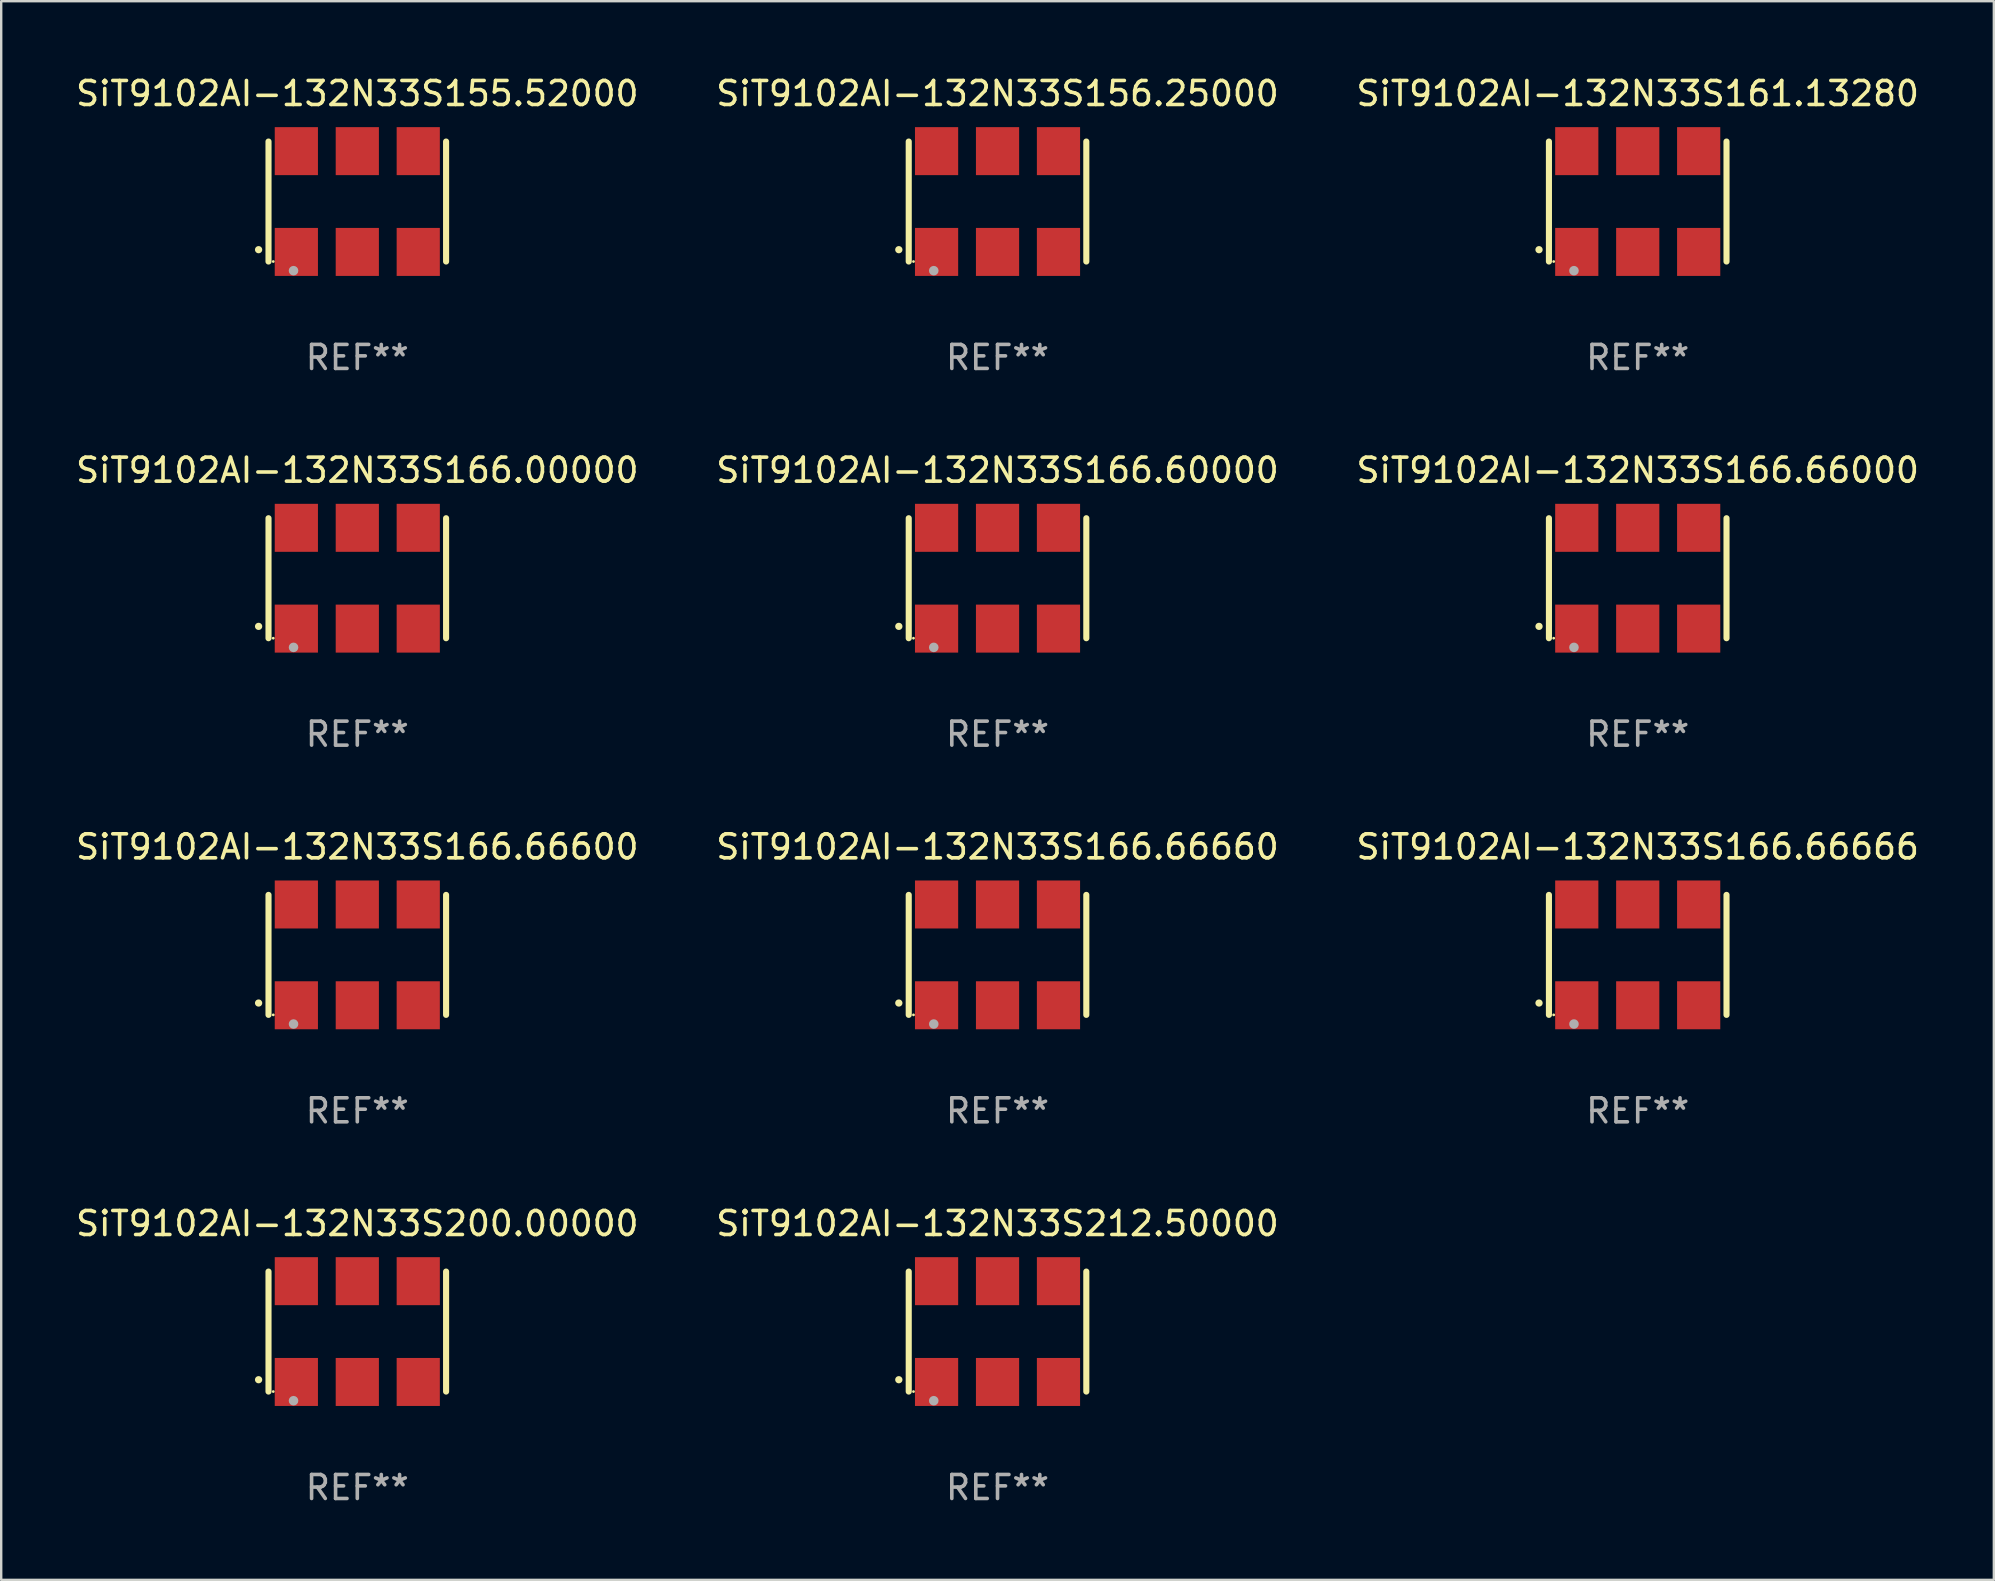
<source format=kicad_pcb>
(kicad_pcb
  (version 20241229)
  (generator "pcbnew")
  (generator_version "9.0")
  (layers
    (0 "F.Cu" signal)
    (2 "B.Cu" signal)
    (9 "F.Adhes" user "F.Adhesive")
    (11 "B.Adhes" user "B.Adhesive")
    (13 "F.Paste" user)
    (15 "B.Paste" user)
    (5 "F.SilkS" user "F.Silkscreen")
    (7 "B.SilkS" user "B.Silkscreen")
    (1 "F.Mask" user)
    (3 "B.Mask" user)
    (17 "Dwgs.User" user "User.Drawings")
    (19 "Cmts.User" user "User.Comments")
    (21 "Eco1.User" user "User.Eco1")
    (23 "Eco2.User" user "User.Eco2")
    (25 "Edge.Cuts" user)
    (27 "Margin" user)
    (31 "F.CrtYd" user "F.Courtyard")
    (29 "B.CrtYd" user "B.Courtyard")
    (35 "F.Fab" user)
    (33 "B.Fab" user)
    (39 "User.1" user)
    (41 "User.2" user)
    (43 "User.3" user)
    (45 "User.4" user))
  (footprint "SiT9102AI-132N33S156.25000"
    (layer "F.Cu")
    (at 38.518 5.348)
    (property "Reference" "SiT9102AI-132N33S156.25000" (at 0 -4.5 0) (layer "F.SilkS") (effects (font (size 1 1) (thickness 0.15))))
    (attr through_hole)
    (fp_line (start -3.7 -2.5) (end -3.7 2.5) (stroke (width 0.254) (type solid)) (layer "F.SilkS"))
    (fp_line (start 3.7 -2.5) (end 3.7 2.5) (stroke (width 0.254) (type solid)) (layer "F.SilkS"))
    (fp_arc (start -4.114415 2.006604) (mid -4.113145 2.006599) (end -4.111875 2.006604) (stroke (width 0.3) (type solid)) (layer "F.SilkS"))
    (fp_circle (center -3.502 2.5) (end -3.472 2.5) (stroke (width 0.06) (type solid)) (fill no) (layer "F.SilkS"))
    (fp_circle (center -2.657 2.882) (end -2.557 2.882) (stroke (width 0.2) (type solid)) (fill no) (layer "F.Fab"))
    (fp_text user "REF**" (at 0 6.5 0) (layer "F.Fab") (effects (font (size 1 1) (thickness 0.15))))
    (pad "1" smd rect (at -2.54 2.1) (size 1.8 2) (layers "F.Cu" "F.Mask" "F.Paste"))
    (pad "2" smd rect (at 0.000394 2.1) (size 1.8 2) (layers "F.Cu" "F.Mask" "F.Paste"))
    (pad "3" smd rect (at 2.54 2.1) (size 1.8 2) (layers "F.Cu" "F.Mask" "F.Paste"))
    (pad "4" smd rect (at 2.54 -2.1) (size 1.8 2) (layers "F.Cu" "F.Mask" "F.Paste"))
    (pad "5" smd rect (at 0.000394 -2.1) (size 1.8 2) (layers "F.Cu" "F.Mask" "F.Paste"))
    (pad "6" smd rect (at -2.54 -2.1) (size 1.8 2) (layers "F.Cu" "F.Mask" "F.Paste")))
  (footprint "SiT9102AI-132N33S161.13280"
    (layer "F.Cu")
    (at 65.196 5.348)
    (property "Reference" "SiT9102AI-132N33S161.13280" (at 0 -4.5 0) (layer "F.SilkS") (effects (font (size 1 1) (thickness 0.15))))
    (attr through_hole)
    (fp_line (start -3.7 -2.5) (end -3.7 2.5) (stroke (width 0.254) (type solid)) (layer "F.SilkS"))
    (fp_line (start 3.7 -2.5) (end 3.7 2.5) (stroke (width 0.254) (type solid)) (layer "F.SilkS"))
    (fp_arc (start -4.114415 2.006604) (mid -4.113145 2.006599) (end -4.111875 2.006604) (stroke (width 0.3) (type solid)) (layer "F.SilkS"))
    (fp_circle (center -3.502 2.5) (end -3.472 2.5) (stroke (width 0.06) (type solid)) (fill no) (layer "F.SilkS"))
    (fp_circle (center -2.657 2.882) (end -2.557 2.882) (stroke (width 0.2) (type solid)) (fill no) (layer "F.Fab"))
    (fp_text user "REF**" (at 0 6.5 0) (layer "F.Fab") (effects (font (size 1 1) (thickness 0.15))))
    (pad "1" smd rect (at -2.54 2.1) (size 1.8 2) (layers "F.Cu" "F.Mask" "F.Paste"))
    (pad "2" smd rect (at 0.000394 2.1) (size 1.8 2) (layers "F.Cu" "F.Mask" "F.Paste"))
    (pad "3" smd rect (at 2.54 2.1) (size 1.8 2) (layers "F.Cu" "F.Mask" "F.Paste"))
    (pad "4" smd rect (at 2.54 -2.1) (size 1.8 2) (layers "F.Cu" "F.Mask" "F.Paste"))
    (pad "5" smd rect (at 0.000394 -2.1) (size 1.8 2) (layers "F.Cu" "F.Mask" "F.Paste"))
    (pad "6" smd rect (at -2.54 -2.1) (size 1.8 2) (layers "F.Cu" "F.Mask" "F.Paste")))
  (footprint "SiT9102AI-132N33S166.00000"
    (layer "F.Cu")
    (at 11.839 21.045)
    (property "Reference" "SiT9102AI-132N33S166.00000" (at 0 -4.5 0) (layer "F.SilkS") (effects (font (size 1 1) (thickness 0.15))))
    (attr through_hole)
    (fp_line (start -3.7 -2.5) (end -3.7 2.5) (stroke (width 0.254) (type solid)) (layer "F.SilkS"))
    (fp_line (start 3.7 -2.5) (end 3.7 2.5) (stroke (width 0.254) (type solid)) (layer "F.SilkS"))
    (fp_arc (start -4.114415 2.006604) (mid -4.113145 2.006599) (end -4.111875 2.006604) (stroke (width 0.3) (type solid)) (layer "F.SilkS"))
    (fp_circle (center -3.502 2.5) (end -3.472 2.5) (stroke (width 0.06) (type solid)) (fill no) (layer "F.SilkS"))
    (fp_circle (center -2.657 2.882) (end -2.557 2.882) (stroke (width 0.2) (type solid)) (fill no) (layer "F.Fab"))
    (fp_text user "REF**" (at 0 6.5 0) (layer "F.Fab") (effects (font (size 1 1) (thickness 0.15))))
    (pad "1" smd rect (at -2.54 2.1) (size 1.8 2) (layers "F.Cu" "F.Mask" "F.Paste"))
    (pad "2" smd rect (at 0.000394 2.1) (size 1.8 2) (layers "F.Cu" "F.Mask" "F.Paste"))
    (pad "3" smd rect (at 2.54 2.1) (size 1.8 2) (layers "F.Cu" "F.Mask" "F.Paste"))
    (pad "4" smd rect (at 2.54 -2.1) (size 1.8 2) (layers "F.Cu" "F.Mask" "F.Paste"))
    (pad "5" smd rect (at 0.000394 -2.1) (size 1.8 2) (layers "F.Cu" "F.Mask" "F.Paste"))
    (pad "6" smd rect (at -2.54 -2.1) (size 1.8 2) (layers "F.Cu" "F.Mask" "F.Paste")))
  (footprint "SiT9102AI-132N33S212.50000"
    (layer "F.Cu")
    (at 38.518 52.438)
    (property "Reference" "SiT9102AI-132N33S212.50000" (at 0 -4.5 0) (layer "F.SilkS") (effects (font (size 1 1) (thickness 0.15))))
    (attr through_hole)
    (fp_line (start -3.7 -2.5) (end -3.7 2.5) (stroke (width 0.254) (type solid)) (layer "F.SilkS"))
    (fp_line (start 3.7 -2.5) (end 3.7 2.5) (stroke (width 0.254) (type solid)) (layer "F.SilkS"))
    (fp_arc (start -4.114415 2.006604) (mid -4.113145 2.006599) (end -4.111875 2.006604) (stroke (width 0.3) (type solid)) (layer "F.SilkS"))
    (fp_circle (center -3.502 2.5) (end -3.472 2.5) (stroke (width 0.06) (type solid)) (fill no) (layer "F.SilkS"))
    (fp_circle (center -2.657 2.882) (end -2.557 2.882) (stroke (width 0.2) (type solid)) (fill no) (layer "F.Fab"))
    (fp_text user "REF**" (at 0 6.5 0) (layer "F.Fab") (effects (font (size 1 1) (thickness 0.15))))
    (pad "1" smd rect (at -2.54 2.1) (size 1.8 2) (layers "F.Cu" "F.Mask" "F.Paste"))
    (pad "2" smd rect (at 0.000394 2.1) (size 1.8 2) (layers "F.Cu" "F.Mask" "F.Paste"))
    (pad "3" smd rect (at 2.54 2.1) (size 1.8 2) (layers "F.Cu" "F.Mask" "F.Paste"))
    (pad "4" smd rect (at 2.54 -2.1) (size 1.8 2) (layers "F.Cu" "F.Mask" "F.Paste"))
    (pad "5" smd rect (at 0.000394 -2.1) (size 1.8 2) (layers "F.Cu" "F.Mask" "F.Paste"))
    (pad "6" smd rect (at -2.54 -2.1) (size 1.8 2) (layers "F.Cu" "F.Mask" "F.Paste")))
  (footprint "SiT9102AI-132N33S166.66000"
    (layer "F.Cu")
    (at 65.196 21.045)
    (property "Reference" "SiT9102AI-132N33S166.66000" (at 0 -4.5 0) (layer "F.SilkS") (effects (font (size 1 1) (thickness 0.15))))
    (attr through_hole)
    (fp_line (start -3.7 -2.5) (end -3.7 2.5) (stroke (width 0.254) (type solid)) (layer "F.SilkS"))
    (fp_line (start 3.7 -2.5) (end 3.7 2.5) (stroke (width 0.254) (type solid)) (layer "F.SilkS"))
    (fp_arc (start -4.114415 2.006604) (mid -4.113145 2.006599) (end -4.111875 2.006604) (stroke (width 0.3) (type solid)) (layer "F.SilkS"))
    (fp_circle (center -3.502 2.5) (end -3.472 2.5) (stroke (width 0.06) (type solid)) (fill no) (layer "F.SilkS"))
    (fp_circle (center -2.657 2.882) (end -2.557 2.882) (stroke (width 0.2) (type solid)) (fill no) (layer "F.Fab"))
    (fp_text user "REF**" (at 0 6.5 0) (layer "F.Fab") (effects (font (size 1 1) (thickness 0.15))))
    (pad "1" smd rect (at -2.54 2.1) (size 1.8 2) (layers "F.Cu" "F.Mask" "F.Paste"))
    (pad "2" smd rect (at 0.000394 2.1) (size 1.8 2) (layers "F.Cu" "F.Mask" "F.Paste"))
    (pad "3" smd rect (at 2.54 2.1) (size 1.8 2) (layers "F.Cu" "F.Mask" "F.Paste"))
    (pad "4" smd rect (at 2.54 -2.1) (size 1.8 2) (layers "F.Cu" "F.Mask" "F.Paste"))
    (pad "5" smd rect (at 0.000394 -2.1) (size 1.8 2) (layers "F.Cu" "F.Mask" "F.Paste"))
    (pad "6" smd rect (at -2.54 -2.1) (size 1.8 2) (layers "F.Cu" "F.Mask" "F.Paste")))
  (footprint "SiT9102AI-132N33S166.66660"
    (layer "F.Cu")
    (at 38.518 36.741)
    (property "Reference" "SiT9102AI-132N33S166.66660" (at 0 -4.5 0) (layer "F.SilkS") (effects (font (size 1 1) (thickness 0.15))))
    (attr through_hole)
    (fp_line (start -3.7 -2.5) (end -3.7 2.5) (stroke (width 0.254) (type solid)) (layer "F.SilkS"))
    (fp_line (start 3.7 -2.5) (end 3.7 2.5) (stroke (width 0.254) (type solid)) (layer "F.SilkS"))
    (fp_arc (start -4.114415 2.006604) (mid -4.113145 2.006599) (end -4.111875 2.006604) (stroke (width 0.3) (type solid)) (layer "F.SilkS"))
    (fp_circle (center -3.502 2.5) (end -3.472 2.5) (stroke (width 0.06) (type solid)) (fill no) (layer "F.SilkS"))
    (fp_circle (center -2.657 2.882) (end -2.557 2.882) (stroke (width 0.2) (type solid)) (fill no) (layer "F.Fab"))
    (fp_text user "REF**" (at 0 6.5 0) (layer "F.Fab") (effects (font (size 1 1) (thickness 0.15))))
    (pad "1" smd rect (at -2.54 2.1) (size 1.8 2) (layers "F.Cu" "F.Mask" "F.Paste"))
    (pad "2" smd rect (at 0.000394 2.1) (size 1.8 2) (layers "F.Cu" "F.Mask" "F.Paste"))
    (pad "3" smd rect (at 2.54 2.1) (size 1.8 2) (layers "F.Cu" "F.Mask" "F.Paste"))
    (pad "4" smd rect (at 2.54 -2.1) (size 1.8 2) (layers "F.Cu" "F.Mask" "F.Paste"))
    (pad "5" smd rect (at 0.000394 -2.1) (size 1.8 2) (layers "F.Cu" "F.Mask" "F.Paste"))
    (pad "6" smd rect (at -2.54 -2.1) (size 1.8 2) (layers "F.Cu" "F.Mask" "F.Paste")))
  (footprint "SiT9102AI-132N33S166.66600"
    (layer "F.Cu")
    (at 11.839 36.741)
    (property "Reference" "SiT9102AI-132N33S166.66600" (at 0 -4.5 0) (layer "F.SilkS") (effects (font (size 1 1) (thickness 0.15))))
    (attr through_hole)
    (fp_line (start -3.7 -2.5) (end -3.7 2.5) (stroke (width 0.254) (type solid)) (layer "F.SilkS"))
    (fp_line (start 3.7 -2.5) (end 3.7 2.5) (stroke (width 0.254) (type solid)) (layer "F.SilkS"))
    (fp_arc (start -4.114415 2.006604) (mid -4.113145 2.006599) (end -4.111875 2.006604) (stroke (width 0.3) (type solid)) (layer "F.SilkS"))
    (fp_circle (center -3.502 2.5) (end -3.472 2.5) (stroke (width 0.06) (type solid)) (fill no) (layer "F.SilkS"))
    (fp_circle (center -2.657 2.882) (end -2.557 2.882) (stroke (width 0.2) (type solid)) (fill no) (layer "F.Fab"))
    (fp_text user "REF**" (at 0 6.5 0) (layer "F.Fab") (effects (font (size 1 1) (thickness 0.15))))
    (pad "1" smd rect (at -2.54 2.1) (size 1.8 2) (layers "F.Cu" "F.Mask" "F.Paste"))
    (pad "2" smd rect (at 0.000394 2.1) (size 1.8 2) (layers "F.Cu" "F.Mask" "F.Paste"))
    (pad "3" smd rect (at 2.54 2.1) (size 1.8 2) (layers "F.Cu" "F.Mask" "F.Paste"))
    (pad "4" smd rect (at 2.54 -2.1) (size 1.8 2) (layers "F.Cu" "F.Mask" "F.Paste"))
    (pad "5" smd rect (at 0.000394 -2.1) (size 1.8 2) (layers "F.Cu" "F.Mask" "F.Paste"))
    (pad "6" smd rect (at -2.54 -2.1) (size 1.8 2) (layers "F.Cu" "F.Mask" "F.Paste")))
  (footprint "SiT9102AI-132N33S155.52000"
    (layer "F.Cu")
    (at 11.839 5.348)
    (property "Reference" "SiT9102AI-132N33S155.52000" (at 0 -4.5 0) (layer "F.SilkS") (effects (font (size 1 1) (thickness 0.15))))
    (attr through_hole)
    (fp_line (start -3.7 -2.5) (end -3.7 2.5) (stroke (width 0.254) (type solid)) (layer "F.SilkS"))
    (fp_line (start 3.7 -2.5) (end 3.7 2.5) (stroke (width 0.254) (type solid)) (layer "F.SilkS"))
    (fp_arc (start -4.114415 2.006604) (mid -4.113145 2.006599) (end -4.111875 2.006604) (stroke (width 0.3) (type solid)) (layer "F.SilkS"))
    (fp_circle (center -3.502 2.5) (end -3.472 2.5) (stroke (width 0.06) (type solid)) (fill no) (layer "F.SilkS"))
    (fp_circle (center -2.657 2.882) (end -2.557 2.882) (stroke (width 0.2) (type solid)) (fill no) (layer "F.Fab"))
    (fp_text user "REF**" (at 0 6.5 0) (layer "F.Fab") (effects (font (size 1 1) (thickness 0.15))))
    (pad "1" smd rect (at -2.54 2.1) (size 1.8 2) (layers "F.Cu" "F.Mask" "F.Paste"))
    (pad "2" smd rect (at 0.000394 2.1) (size 1.8 2) (layers "F.Cu" "F.Mask" "F.Paste"))
    (pad "3" smd rect (at 2.54 2.1) (size 1.8 2) (layers "F.Cu" "F.Mask" "F.Paste"))
    (pad "4" smd rect (at 2.54 -2.1) (size 1.8 2) (layers "F.Cu" "F.Mask" "F.Paste"))
    (pad "5" smd rect (at 0.000394 -2.1) (size 1.8 2) (layers "F.Cu" "F.Mask" "F.Paste"))
    (pad "6" smd rect (at -2.54 -2.1) (size 1.8 2) (layers "F.Cu" "F.Mask" "F.Paste")))
  (footprint "SiT9102AI-132N33S166.66666"
    (layer "F.Cu")
    (at 65.196 36.741)
    (property "Reference" "SiT9102AI-132N33S166.66666" (at 0 -4.5 0) (layer "F.SilkS") (effects (font (size 1 1) (thickness 0.15))))
    (attr through_hole)
    (fp_line (start -3.7 -2.5) (end -3.7 2.5) (stroke (width 0.254) (type solid)) (layer "F.SilkS"))
    (fp_line (start 3.7 -2.5) (end 3.7 2.5) (stroke (width 0.254) (type solid)) (layer "F.SilkS"))
    (fp_arc (start -4.114415 2.006604) (mid -4.113145 2.006599) (end -4.111875 2.006604) (stroke (width 0.3) (type solid)) (layer "F.SilkS"))
    (fp_circle (center -3.502 2.5) (end -3.472 2.5) (stroke (width 0.06) (type solid)) (fill no) (layer "F.SilkS"))
    (fp_circle (center -2.657 2.882) (end -2.557 2.882) (stroke (width 0.2) (type solid)) (fill no) (layer "F.Fab"))
    (fp_text user "REF**" (at 0 6.5 0) (layer "F.Fab") (effects (font (size 1 1) (thickness 0.15))))
    (pad "1" smd rect (at -2.54 2.1) (size 1.8 2) (layers "F.Cu" "F.Mask" "F.Paste"))
    (pad "2" smd rect (at 0.000394 2.1) (size 1.8 2) (layers "F.Cu" "F.Mask" "F.Paste"))
    (pad "3" smd rect (at 2.54 2.1) (size 1.8 2) (layers "F.Cu" "F.Mask" "F.Paste"))
    (pad "4" smd rect (at 2.54 -2.1) (size 1.8 2) (layers "F.Cu" "F.Mask" "F.Paste"))
    (pad "5" smd rect (at 0.000394 -2.1) (size 1.8 2) (layers "F.Cu" "F.Mask" "F.Paste"))
    (pad "6" smd rect (at -2.54 -2.1) (size 1.8 2) (layers "F.Cu" "F.Mask" "F.Paste")))
  (footprint "SiT9102AI-132N33S200.00000"
    (layer "F.Cu")
    (at 11.839 52.438)
    (property "Reference" "SiT9102AI-132N33S200.00000" (at 0 -4.5 0) (layer "F.SilkS") (effects (font (size 1 1) (thickness 0.15))))
    (attr through_hole)
    (fp_line (start -3.7 -2.5) (end -3.7 2.5) (stroke (width 0.254) (type solid)) (layer "F.SilkS"))
    (fp_line (start 3.7 -2.5) (end 3.7 2.5) (stroke (width 0.254) (type solid)) (layer "F.SilkS"))
    (fp_arc (start -4.114415 2.006604) (mid -4.113145 2.006599) (end -4.111875 2.006604) (stroke (width 0.3) (type solid)) (layer "F.SilkS"))
    (fp_circle (center -3.502 2.5) (end -3.472 2.5) (stroke (width 0.06) (type solid)) (fill no) (layer "F.SilkS"))
    (fp_circle (center -2.657 2.882) (end -2.557 2.882) (stroke (width 0.2) (type solid)) (fill no) (layer "F.Fab"))
    (fp_text user "REF**" (at 0 6.5 0) (layer "F.Fab") (effects (font (size 1 1) (thickness 0.15))))
    (pad "1" smd rect (at -2.54 2.1) (size 1.8 2) (layers "F.Cu" "F.Mask" "F.Paste"))
    (pad "2" smd rect (at 0.000394 2.1) (size 1.8 2) (layers "F.Cu" "F.Mask" "F.Paste"))
    (pad "3" smd rect (at 2.54 2.1) (size 1.8 2) (layers "F.Cu" "F.Mask" "F.Paste"))
    (pad "4" smd rect (at 2.54 -2.1) (size 1.8 2) (layers "F.Cu" "F.Mask" "F.Paste"))
    (pad "5" smd rect (at 0.000394 -2.1) (size 1.8 2) (layers "F.Cu" "F.Mask" "F.Paste"))
    (pad "6" smd rect (at -2.54 -2.1) (size 1.8 2) (layers "F.Cu" "F.Mask" "F.Paste")))
  (footprint "SiT9102AI-132N33S166.60000"
    (layer "F.Cu")
    (at 38.518 21.045)
    (property "Reference" "SiT9102AI-132N33S166.60000" (at 0 -4.5 0) (layer "F.SilkS") (effects (font (size 1 1) (thickness 0.15))))
    (attr through_hole)
    (fp_line (start -3.7 -2.5) (end -3.7 2.5) (stroke (width 0.254) (type solid)) (layer "F.SilkS"))
    (fp_line (start 3.7 -2.5) (end 3.7 2.5) (stroke (width 0.254) (type solid)) (layer "F.SilkS"))
    (fp_arc (start -4.114415 2.006604) (mid -4.113145 2.006599) (end -4.111875 2.006604) (stroke (width 0.3) (type solid)) (layer "F.SilkS"))
    (fp_circle (center -3.502 2.5) (end -3.472 2.5) (stroke (width 0.06) (type solid)) (fill no) (layer "F.SilkS"))
    (fp_circle (center -2.657 2.882) (end -2.557 2.882) (stroke (width 0.2) (type solid)) (fill no) (layer "F.Fab"))
    (fp_text user "REF**" (at 0 6.5 0) (layer "F.Fab") (effects (font (size 1 1) (thickness 0.15))))
    (pad "1" smd rect (at -2.54 2.1) (size 1.8 2) (layers "F.Cu" "F.Mask" "F.Paste"))
    (pad "2" smd rect (at 0.000394 2.1) (size 1.8 2) (layers "F.Cu" "F.Mask" "F.Paste"))
    (pad "3" smd rect (at 2.54 2.1) (size 1.8 2) (layers "F.Cu" "F.Mask" "F.Paste"))
    (pad "4" smd rect (at 2.54 -2.1) (size 1.8 2) (layers "F.Cu" "F.Mask" "F.Paste"))
    (pad "5" smd rect (at 0.000394 -2.1) (size 1.8 2) (layers "F.Cu" "F.Mask" "F.Paste"))
    (pad "6" smd rect (at -2.54 -2.1) (size 1.8 2) (layers "F.Cu" "F.Mask" "F.Paste")))
  (gr_rect
    (start -3 -3)
    (end 80.036 62.786)
    (stroke (width 0.1) (type default))
    (fill no)
    (layer "Edge.Cuts")))
</source>
